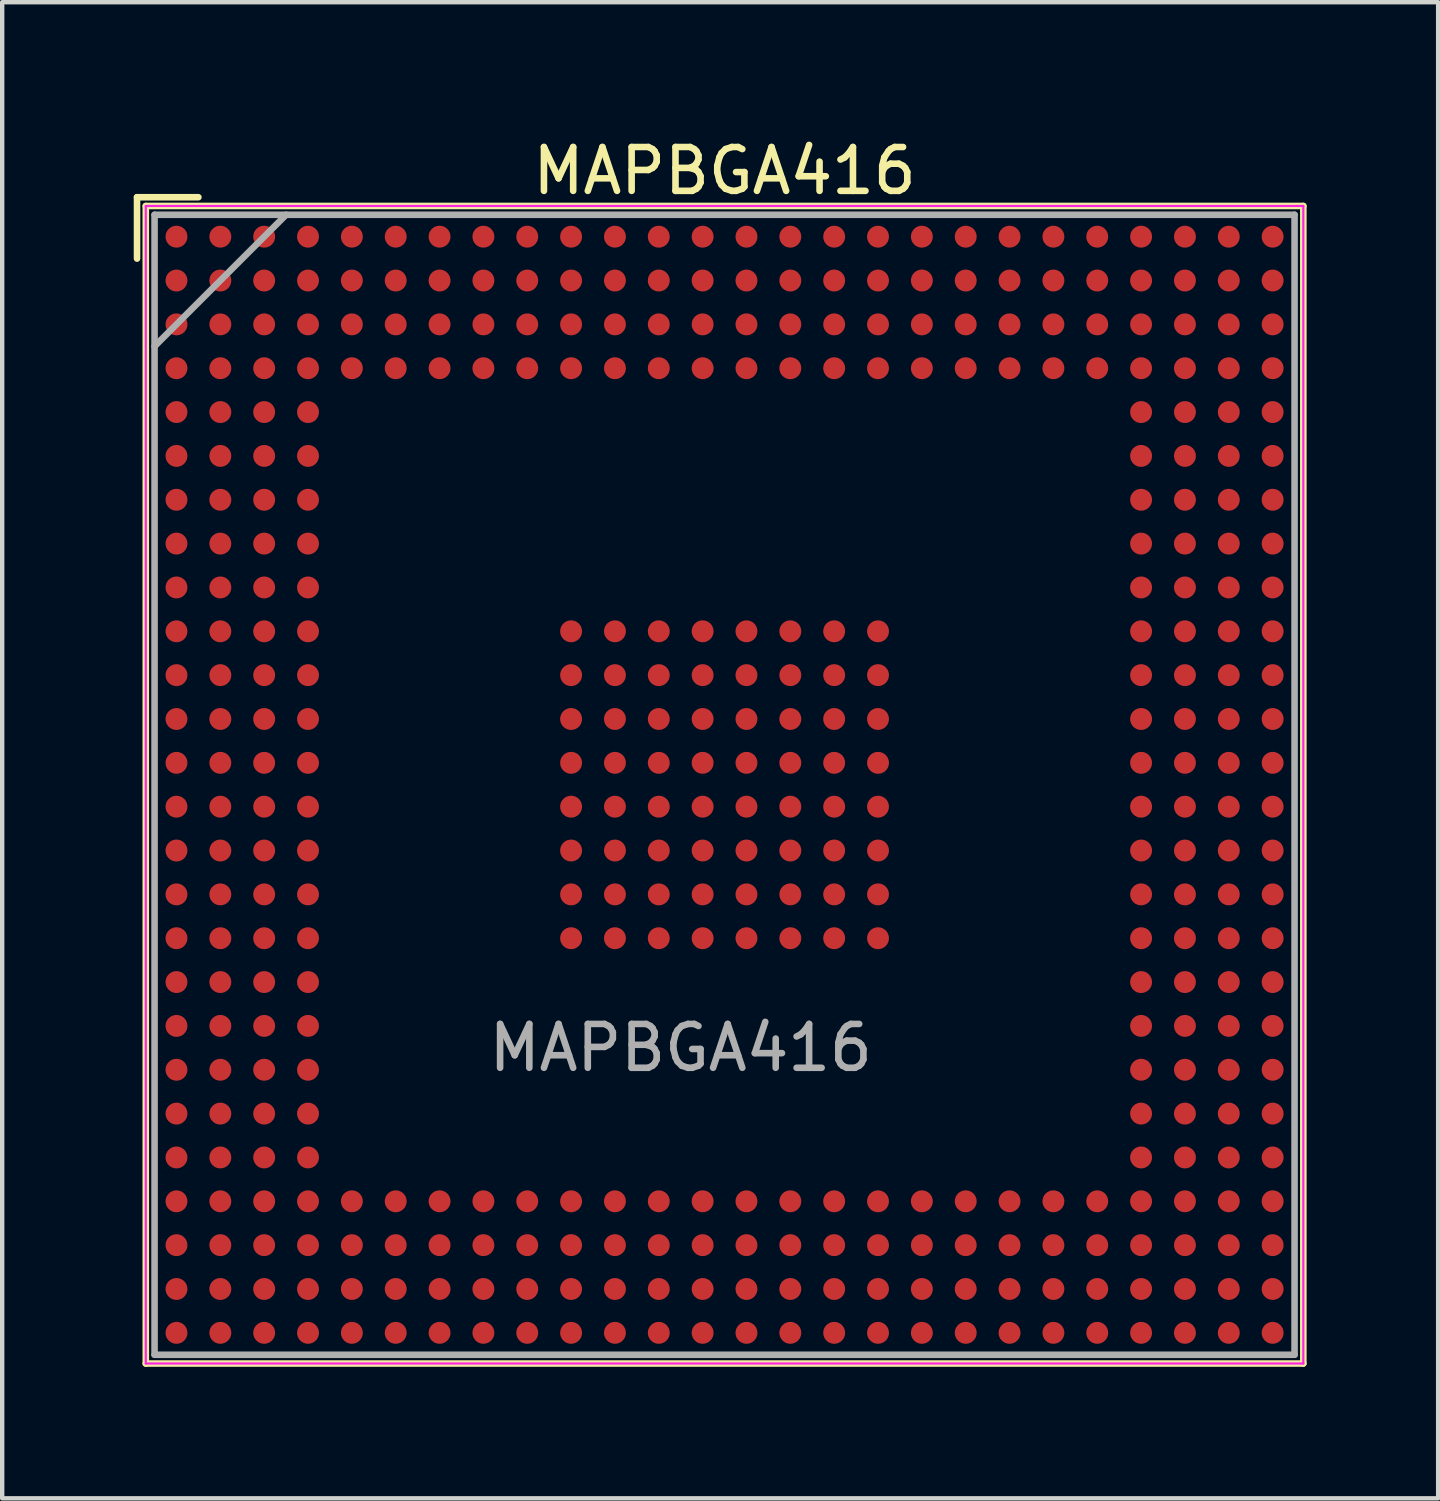
<source format=kicad_pcb>
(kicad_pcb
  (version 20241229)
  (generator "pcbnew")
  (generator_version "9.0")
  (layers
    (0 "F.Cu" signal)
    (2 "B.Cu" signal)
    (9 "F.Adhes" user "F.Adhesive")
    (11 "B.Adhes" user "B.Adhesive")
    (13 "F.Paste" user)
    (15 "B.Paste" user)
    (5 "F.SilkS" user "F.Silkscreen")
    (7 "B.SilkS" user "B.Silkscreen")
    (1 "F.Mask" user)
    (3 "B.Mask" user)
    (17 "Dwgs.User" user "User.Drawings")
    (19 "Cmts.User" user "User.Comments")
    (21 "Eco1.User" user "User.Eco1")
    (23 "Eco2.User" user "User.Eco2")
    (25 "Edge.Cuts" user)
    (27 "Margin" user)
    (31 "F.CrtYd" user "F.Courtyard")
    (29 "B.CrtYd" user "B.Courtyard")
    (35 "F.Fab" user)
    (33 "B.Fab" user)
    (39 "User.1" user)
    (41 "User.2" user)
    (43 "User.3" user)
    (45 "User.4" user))
  (footprint "MAPBGA416"
    (layer "F.Cu")
    (at 13.475 14.848)
    (property "Reference" "MAPBGA416" (at 0 -14 0) (layer "F.SilkS") (effects (font (size 1 1) (thickness 0.15))))
    (attr smd)
    (fp_line (start -13.4 -13.4) (end -13.4 -12) (stroke (width 0.15) (type solid)) (layer "F.SilkS"))
    (fp_line (start -13.2 -13.2) (end 13.2 -13.2) (stroke (width 0.15) (type solid)) (layer "F.SilkS"))
    (fp_line (start -13.2 13.2) (end -13.2 -13.2) (stroke (width 0.15) (type solid)) (layer "F.SilkS"))
    (fp_line (start -12 -13.4) (end -13.4 -13.4) (stroke (width 0.15) (type solid)) (layer "F.SilkS"))
    (fp_line (start 13.2 -13.2) (end 13.2 13.2) (stroke (width 0.15) (type solid)) (layer "F.SilkS"))
    (fp_line (start 13.2 13.2) (end -13.2 13.2) (stroke (width 0.15) (type solid)) (layer "F.SilkS"))
    (fp_line (start -13.2 -13.2) (end 13.2 -13.2) (stroke (width 0.05) (type solid)) (layer "F.CrtYd"))
    (fp_line (start -13.2 13.2) (end -13.2 -13.2) (stroke (width 0.05) (type solid)) (layer "F.CrtYd"))
    (fp_line (start 13.2 -13.2) (end 13.2 13.2) (stroke (width 0.05) (type solid)) (layer "F.CrtYd"))
    (fp_line (start 13.2 13.2) (end -13.2 13.2) (stroke (width 0.05) (type solid)) (layer "F.CrtYd"))
    (fp_line (start -13 -13) (end 13 -13) (stroke (width 0.15) (type solid)) (layer "F.Fab"))
    (fp_line (start -13 13) (end -13 -13) (stroke (width 0.15) (type solid)) (layer "F.Fab"))
    (fp_line (start -10 -13) (end -13 -10) (stroke (width 0.15) (type solid)) (layer "F.Fab"))
    (fp_line (start 13 -13) (end 13 13) (stroke (width 0.15) (type solid)) (layer "F.Fab"))
    (fp_line (start 13 13) (end -13 13) (stroke (width 0.15) (type solid)) (layer "F.Fab"))
    (fp_text user "${REFERENCE}" (at -1 6 0) (layer "F.Fab") (effects (font (size 1 1) (thickness 0.15))))
    (pad "A1" smd circle (at -12.5 -12.5) (size 0.5 0.5) (layers "F.Cu" "F.Mask" "F.Paste"))
    (pad "A2" smd circle (at -11.5 -12.5) (size 0.5 0.5) (layers "F.Cu" "F.Mask" "F.Paste"))
    (pad "A3" smd circle (at -10.5 -12.5) (size 0.5 0.5) (layers "F.Cu" "F.Mask" "F.Paste"))
    (pad "A4" smd circle (at -9.5 -12.5) (size 0.5 0.5) (layers "F.Cu" "F.Mask" "F.Paste"))
    (pad "A5" smd circle (at -8.5 -12.5) (size 0.5 0.5) (layers "F.Cu" "F.Mask" "F.Paste"))
    (pad "A6" smd circle (at -7.5 -12.5) (size 0.5 0.5) (layers "F.Cu" "F.Mask" "F.Paste"))
    (pad "A7" smd circle (at -6.5 -12.5) (size 0.5 0.5) (layers "F.Cu" "F.Mask" "F.Paste"))
    (pad "A8" smd circle (at -5.5 -12.5) (size 0.5 0.5) (layers "F.Cu" "F.Mask" "F.Paste"))
    (pad "A9" smd circle (at -4.5 -12.5) (size 0.5 0.5) (layers "F.Cu" "F.Mask" "F.Paste"))
    (pad "A10" smd circle (at -3.5 -12.5) (size 0.5 0.5) (layers "F.Cu" "F.Mask" "F.Paste"))
    (pad "A11" smd circle (at -2.5 -12.5) (size 0.5 0.5) (layers "F.Cu" "F.Mask" "F.Paste"))
    (pad "A12" smd circle (at -1.5 -12.5) (size 0.5 0.5) (layers "F.Cu" "F.Mask" "F.Paste"))
    (pad "A13" smd circle (at -0.5 -12.5) (size 0.5 0.5) (layers "F.Cu" "F.Mask" "F.Paste"))
    (pad "A14" smd circle (at 0.5 -12.5) (size 0.5 0.5) (layers "F.Cu" "F.Mask" "F.Paste"))
    (pad "A15" smd circle (at 1.5 -12.5) (size 0.5 0.5) (layers "F.Cu" "F.Mask" "F.Paste"))
    (pad "A16" smd circle (at 2.5 -12.5) (size 0.5 0.5) (layers "F.Cu" "F.Mask" "F.Paste"))
    (pad "A17" smd circle (at 3.5 -12.5) (size 0.5 0.5) (layers "F.Cu" "F.Mask" "F.Paste"))
    (pad "A18" smd circle (at 4.5 -12.5) (size 0.5 0.5) (layers "F.Cu" "F.Mask" "F.Paste"))
    (pad "A19" smd circle (at 5.5 -12.5) (size 0.5 0.5) (layers "F.Cu" "F.Mask" "F.Paste"))
    (pad "A20" smd circle (at 6.5 -12.5) (size 0.5 0.5) (layers "F.Cu" "F.Mask" "F.Paste"))
    (pad "A21" smd circle (at 7.5 -12.5) (size 0.5 0.5) (layers "F.Cu" "F.Mask" "F.Paste"))
    (pad "A22" smd circle (at 8.5 -12.5) (size 0.5 0.5) (layers "F.Cu" "F.Mask" "F.Paste"))
    (pad "A23" smd circle (at 9.5 -12.5) (size 0.5 0.5) (layers "F.Cu" "F.Mask" "F.Paste"))
    (pad "A24" smd circle (at 10.5 -12.5) (size 0.5 0.5) (layers "F.Cu" "F.Mask" "F.Paste"))
    (pad "A25" smd circle (at 11.5 -12.5) (size 0.5 0.5) (layers "F.Cu" "F.Mask" "F.Paste"))
    (pad "A26" smd circle (at 12.5 -12.5) (size 0.5 0.5) (layers "F.Cu" "F.Mask" "F.Paste"))
    (pad "AA1" smd circle (at -12.5 7.5) (size 0.5 0.5) (layers "F.Cu" "F.Mask" "F.Paste"))
    (pad "AA2" smd circle (at -11.5 7.5) (size 0.5 0.5) (layers "F.Cu" "F.Mask" "F.Paste"))
    (pad "AA3" smd circle (at -10.5 7.5) (size 0.5 0.5) (layers "F.Cu" "F.Mask" "F.Paste"))
    (pad "AA4" smd circle (at -9.5 7.5) (size 0.5 0.5) (layers "F.Cu" "F.Mask" "F.Paste"))
    (pad "AA23" smd circle (at 9.5 7.5) (size 0.5 0.5) (layers "F.Cu" "F.Mask" "F.Paste"))
    (pad "AA24" smd circle (at 10.5 7.5) (size 0.5 0.5) (layers "F.Cu" "F.Mask" "F.Paste"))
    (pad "AA25" smd circle (at 11.5 7.5) (size 0.5 0.5) (layers "F.Cu" "F.Mask" "F.Paste"))
    (pad "AA26" smd circle (at 12.5 7.5) (size 0.5 0.5) (layers "F.Cu" "F.Mask" "F.Paste"))
    (pad "AB1" smd circle (at -12.5 8.5) (size 0.5 0.5) (layers "F.Cu" "F.Mask" "F.Paste"))
    (pad "AB2" smd circle (at -11.5 8.5) (size 0.5 0.5) (layers "F.Cu" "F.Mask" "F.Paste"))
    (pad "AB3" smd circle (at -10.5 8.5) (size 0.5 0.5) (layers "F.Cu" "F.Mask" "F.Paste"))
    (pad "AB4" smd circle (at -9.5 8.5) (size 0.5 0.5) (layers "F.Cu" "F.Mask" "F.Paste"))
    (pad "AB23" smd circle (at 9.5 8.5) (size 0.5 0.5) (layers "F.Cu" "F.Mask" "F.Paste"))
    (pad "AB24" smd circle (at 10.5 8.5) (size 0.5 0.5) (layers "F.Cu" "F.Mask" "F.Paste"))
    (pad "AB25" smd circle (at 11.5 8.5) (size 0.5 0.5) (layers "F.Cu" "F.Mask" "F.Paste"))
    (pad "AB26" smd circle (at 12.5 8.5) (size 0.5 0.5) (layers "F.Cu" "F.Mask" "F.Paste"))
    (pad "AC1" smd circle (at -12.5 9.5) (size 0.5 0.5) (layers "F.Cu" "F.Mask" "F.Paste"))
    (pad "AC2" smd circle (at -11.5 9.5) (size 0.5 0.5) (layers "F.Cu" "F.Mask" "F.Paste"))
    (pad "AC3" smd circle (at -10.5 9.5) (size 0.5 0.5) (layers "F.Cu" "F.Mask" "F.Paste"))
    (pad "AC4" smd circle (at -9.5 9.5) (size 0.5 0.5) (layers "F.Cu" "F.Mask" "F.Paste"))
    (pad "AC5" smd circle (at -8.5 9.5) (size 0.5 0.5) (layers "F.Cu" "F.Mask" "F.Paste"))
    (pad "AC6" smd circle (at -7.5 9.5) (size 0.5 0.5) (layers "F.Cu" "F.Mask" "F.Paste"))
    (pad "AC7" smd circle (at -6.5 9.5) (size 0.5 0.5) (layers "F.Cu" "F.Mask" "F.Paste"))
    (pad "AC8" smd circle (at -5.5 9.5) (size 0.5 0.5) (layers "F.Cu" "F.Mask" "F.Paste"))
    (pad "AC9" smd circle (at -4.5 9.5) (size 0.5 0.5) (layers "F.Cu" "F.Mask" "F.Paste"))
    (pad "AC10" smd circle (at -3.5 9.5) (size 0.5 0.5) (layers "F.Cu" "F.Mask" "F.Paste"))
    (pad "AC11" smd circle (at -2.5 9.5) (size 0.5 0.5) (layers "F.Cu" "F.Mask" "F.Paste"))
    (pad "AC12" smd circle (at -1.5 9.5) (size 0.5 0.5) (layers "F.Cu" "F.Mask" "F.Paste"))
    (pad "AC13" smd circle (at -0.5 9.5) (size 0.5 0.5) (layers "F.Cu" "F.Mask" "F.Paste"))
    (pad "AC14" smd circle (at 0.5 9.5) (size 0.5 0.5) (layers "F.Cu" "F.Mask" "F.Paste"))
    (pad "AC15" smd circle (at 1.5 9.5) (size 0.5 0.5) (layers "F.Cu" "F.Mask" "F.Paste"))
    (pad "AC16" smd circle (at 2.5 9.5) (size 0.5 0.5) (layers "F.Cu" "F.Mask" "F.Paste"))
    (pad "AC17" smd circle (at 3.5 9.5) (size 0.5 0.5) (layers "F.Cu" "F.Mask" "F.Paste"))
    (pad "AC18" smd circle (at 4.5 9.5) (size 0.5 0.5) (layers "F.Cu" "F.Mask" "F.Paste"))
    (pad "AC19" smd circle (at 5.5 9.5) (size 0.5 0.5) (layers "F.Cu" "F.Mask" "F.Paste"))
    (pad "AC20" smd circle (at 6.5 9.5) (size 0.5 0.5) (layers "F.Cu" "F.Mask" "F.Paste"))
    (pad "AC21" smd circle (at 7.5 9.5) (size 0.5 0.5) (layers "F.Cu" "F.Mask" "F.Paste"))
    (pad "AC22" smd circle (at 8.5 9.5) (size 0.5 0.5) (layers "F.Cu" "F.Mask" "F.Paste"))
    (pad "AC23" smd circle (at 9.5 9.5) (size 0.5 0.5) (layers "F.Cu" "F.Mask" "F.Paste"))
    (pad "AC24" smd circle (at 10.5 9.5) (size 0.5 0.5) (layers "F.Cu" "F.Mask" "F.Paste"))
    (pad "AC25" smd circle (at 11.5 9.5) (size 0.5 0.5) (layers "F.Cu" "F.Mask" "F.Paste"))
    (pad "AC26" smd circle (at 12.5 9.5) (size 0.5 0.5) (layers "F.Cu" "F.Mask" "F.Paste"))
    (pad "AD1" smd circle (at -12.5 10.5) (size 0.5 0.5) (layers "F.Cu" "F.Mask" "F.Paste"))
    (pad "AD2" smd circle (at -11.5 10.5) (size 0.5 0.5) (layers "F.Cu" "F.Mask" "F.Paste"))
    (pad "AD3" smd circle (at -10.5 10.5) (size 0.5 0.5) (layers "F.Cu" "F.Mask" "F.Paste"))
    (pad "AD4" smd circle (at -9.5 10.5) (size 0.5 0.5) (layers "F.Cu" "F.Mask" "F.Paste"))
    (pad "AD5" smd circle (at -8.5 10.5) (size 0.5 0.5) (layers "F.Cu" "F.Mask" "F.Paste"))
    (pad "AD6" smd circle (at -7.5 10.5) (size 0.5 0.5) (layers "F.Cu" "F.Mask" "F.Paste"))
    (pad "AD7" smd circle (at -6.5 10.5) (size 0.5 0.5) (layers "F.Cu" "F.Mask" "F.Paste"))
    (pad "AD8" smd circle (at -5.5 10.5) (size 0.5 0.5) (layers "F.Cu" "F.Mask" "F.Paste"))
    (pad "AD9" smd circle (at -4.5 10.5) (size 0.5 0.5) (layers "F.Cu" "F.Mask" "F.Paste"))
    (pad "AD10" smd circle (at -3.5 10.5) (size 0.5 0.5) (layers "F.Cu" "F.Mask" "F.Paste"))
    (pad "AD11" smd circle (at -2.5 10.5) (size 0.5 0.5) (layers "F.Cu" "F.Mask" "F.Paste"))
    (pad "AD12" smd circle (at -1.5 10.5) (size 0.5 0.5) (layers "F.Cu" "F.Mask" "F.Paste"))
    (pad "AD13" smd circle (at -0.5 10.5) (size 0.5 0.5) (layers "F.Cu" "F.Mask" "F.Paste"))
    (pad "AD14" smd circle (at 0.5 10.5) (size 0.5 0.5) (layers "F.Cu" "F.Mask" "F.Paste"))
    (pad "AD15" smd circle (at 1.5 10.5) (size 0.5 0.5) (layers "F.Cu" "F.Mask" "F.Paste"))
    (pad "AD16" smd circle (at 2.5 10.5) (size 0.5 0.5) (layers "F.Cu" "F.Mask" "F.Paste"))
    (pad "AD17" smd circle (at 3.5 10.5) (size 0.5 0.5) (layers "F.Cu" "F.Mask" "F.Paste"))
    (pad "AD18" smd circle (at 4.5 10.5) (size 0.5 0.5) (layers "F.Cu" "F.Mask" "F.Paste"))
    (pad "AD19" smd circle (at 5.5 10.5) (size 0.5 0.5) (layers "F.Cu" "F.Mask" "F.Paste"))
    (pad "AD20" smd circle (at 6.5 10.5) (size 0.5 0.5) (layers "F.Cu" "F.Mask" "F.Paste"))
    (pad "AD21" smd circle (at 7.5 10.5) (size 0.5 0.5) (layers "F.Cu" "F.Mask" "F.Paste"))
    (pad "AD22" smd circle (at 8.5 10.5) (size 0.5 0.5) (layers "F.Cu" "F.Mask" "F.Paste"))
    (pad "AD23" smd circle (at 9.5 10.5) (size 0.5 0.5) (layers "F.Cu" "F.Mask" "F.Paste"))
    (pad "AD24" smd circle (at 10.5 10.5) (size 0.5 0.5) (layers "F.Cu" "F.Mask" "F.Paste"))
    (pad "AD25" smd circle (at 11.5 10.5) (size 0.5 0.5) (layers "F.Cu" "F.Mask" "F.Paste"))
    (pad "AD26" smd circle (at 12.5 10.5) (size 0.5 0.5) (layers "F.Cu" "F.Mask" "F.Paste"))
    (pad "AE1" smd circle (at -12.5 11.5) (size 0.5 0.5) (layers "F.Cu" "F.Mask" "F.Paste"))
    (pad "AE2" smd circle (at -11.5 11.5) (size 0.5 0.5) (layers "F.Cu" "F.Mask" "F.Paste"))
    (pad "AE3" smd circle (at -10.5 11.5) (size 0.5 0.5) (layers "F.Cu" "F.Mask" "F.Paste"))
    (pad "AE4" smd circle (at -9.5 11.5) (size 0.5 0.5) (layers "F.Cu" "F.Mask" "F.Paste"))
    (pad "AE5" smd circle (at -8.5 11.5) (size 0.5 0.5) (layers "F.Cu" "F.Mask" "F.Paste"))
    (pad "AE6" smd circle (at -7.5 11.5) (size 0.5 0.5) (layers "F.Cu" "F.Mask" "F.Paste"))
    (pad "AE7" smd circle (at -6.5 11.5) (size 0.5 0.5) (layers "F.Cu" "F.Mask" "F.Paste"))
    (pad "AE8" smd circle (at -5.5 11.5) (size 0.5 0.5) (layers "F.Cu" "F.Mask" "F.Paste"))
    (pad "AE9" smd circle (at -4.5 11.5) (size 0.5 0.5) (layers "F.Cu" "F.Mask" "F.Paste"))
    (pad "AE10" smd circle (at -3.5 11.5) (size 0.5 0.5) (layers "F.Cu" "F.Mask" "F.Paste"))
    (pad "AE11" smd circle (at -2.5 11.5) (size 0.5 0.5) (layers "F.Cu" "F.Mask" "F.Paste"))
    (pad "AE12" smd circle (at -1.5 11.5) (size 0.5 0.5) (layers "F.Cu" "F.Mask" "F.Paste"))
    (pad "AE13" smd circle (at -0.5 11.5) (size 0.5 0.5) (layers "F.Cu" "F.Mask" "F.Paste"))
    (pad "AE14" smd circle (at 0.5 11.5) (size 0.5 0.5) (layers "F.Cu" "F.Mask" "F.Paste"))
    (pad "AE15" smd circle (at 1.5 11.5) (size 0.5 0.5) (layers "F.Cu" "F.Mask" "F.Paste"))
    (pad "AE16" smd circle (at 2.5 11.5) (size 0.5 0.5) (layers "F.Cu" "F.Mask" "F.Paste"))
    (pad "AE17" smd circle (at 3.5 11.5) (size 0.5 0.5) (layers "F.Cu" "F.Mask" "F.Paste"))
    (pad "AE18" smd circle (at 4.5 11.5) (size 0.5 0.5) (layers "F.Cu" "F.Mask" "F.Paste"))
    (pad "AE19" smd circle (at 5.5 11.5) (size 0.5 0.5) (layers "F.Cu" "F.Mask" "F.Paste"))
    (pad "AE20" smd circle (at 6.5 11.5) (size 0.5 0.5) (layers "F.Cu" "F.Mask" "F.Paste"))
    (pad "AE21" smd circle (at 7.5 11.5) (size 0.5 0.5) (layers "F.Cu" "F.Mask" "F.Paste"))
    (pad "AE22" smd circle (at 8.5 11.5) (size 0.5 0.5) (layers "F.Cu" "F.Mask" "F.Paste"))
    (pad "AE23" smd circle (at 9.5 11.5) (size 0.5 0.5) (layers "F.Cu" "F.Mask" "F.Paste"))
    (pad "AE24" smd circle (at 10.5 11.5) (size 0.5 0.5) (layers "F.Cu" "F.Mask" "F.Paste"))
    (pad "AE25" smd circle (at 11.5 11.5) (size 0.5 0.5) (layers "F.Cu" "F.Mask" "F.Paste"))
    (pad "AE26" smd circle (at 12.5 11.5) (size 0.5 0.5) (layers "F.Cu" "F.Mask" "F.Paste"))
    (pad "AF1" smd circle (at -12.5 12.5) (size 0.5 0.5) (layers "F.Cu" "F.Mask" "F.Paste"))
    (pad "AF2" smd circle (at -11.5 12.5) (size 0.5 0.5) (layers "F.Cu" "F.Mask" "F.Paste"))
    (pad "AF3" smd circle (at -10.5 12.5) (size 0.5 0.5) (layers "F.Cu" "F.Mask" "F.Paste"))
    (pad "AF4" smd circle (at -9.5 12.5) (size 0.5 0.5) (layers "F.Cu" "F.Mask" "F.Paste"))
    (pad "AF5" smd circle (at -8.5 12.5) (size 0.5 0.5) (layers "F.Cu" "F.Mask" "F.Paste"))
    (pad "AF6" smd circle (at -7.5 12.5) (size 0.5 0.5) (layers "F.Cu" "F.Mask" "F.Paste"))
    (pad "AF7" smd circle (at -6.5 12.5) (size 0.5 0.5) (layers "F.Cu" "F.Mask" "F.Paste"))
    (pad "AF8" smd circle (at -5.5 12.5) (size 0.5 0.5) (layers "F.Cu" "F.Mask" "F.Paste"))
    (pad "AF9" smd circle (at -4.5 12.5) (size 0.5 0.5) (layers "F.Cu" "F.Mask" "F.Paste"))
    (pad "AF10" smd circle (at -3.5 12.5) (size 0.5 0.5) (layers "F.Cu" "F.Mask" "F.Paste"))
    (pad "AF11" smd circle (at -2.5 12.5) (size 0.5 0.5) (layers "F.Cu" "F.Mask" "F.Paste"))
    (pad "AF12" smd circle (at -1.5 12.5) (size 0.5 0.5) (layers "F.Cu" "F.Mask" "F.Paste"))
    (pad "AF13" smd circle (at -0.5 12.5) (size 0.5 0.5) (layers "F.Cu" "F.Mask" "F.Paste"))
    (pad "AF14" smd circle (at 0.5 12.5) (size 0.5 0.5) (layers "F.Cu" "F.Mask" "F.Paste"))
    (pad "AF15" smd circle (at 1.5 12.5) (size 0.5 0.5) (layers "F.Cu" "F.Mask" "F.Paste"))
    (pad "AF16" smd circle (at 2.5 12.5) (size 0.5 0.5) (layers "F.Cu" "F.Mask" "F.Paste"))
    (pad "AF17" smd circle (at 3.5 12.5) (size 0.5 0.5) (layers "F.Cu" "F.Mask" "F.Paste"))
    (pad "AF18" smd circle (at 4.5 12.5) (size 0.5 0.5) (layers "F.Cu" "F.Mask" "F.Paste"))
    (pad "AF19" smd circle (at 5.5 12.5) (size 0.5 0.5) (layers "F.Cu" "F.Mask" "F.Paste"))
    (pad "AF20" smd circle (at 6.5 12.5) (size 0.5 0.5) (layers "F.Cu" "F.Mask" "F.Paste"))
    (pad "AF21" smd circle (at 7.5 12.5) (size 0.5 0.5) (layers "F.Cu" "F.Mask" "F.Paste"))
    (pad "AF22" smd circle (at 8.5 12.5) (size 0.5 0.5) (layers "F.Cu" "F.Mask" "F.Paste"))
    (pad "AF23" smd circle (at 9.5 12.5) (size 0.5 0.5) (layers "F.Cu" "F.Mask" "F.Paste"))
    (pad "AF24" smd circle (at 10.5 12.5) (size 0.5 0.5) (layers "F.Cu" "F.Mask" "F.Paste"))
    (pad "AF25" smd circle (at 11.5 12.5) (size 0.5 0.5) (layers "F.Cu" "F.Mask" "F.Paste"))
    (pad "AF26" smd circle (at 12.5 12.5) (size 0.5 0.5) (layers "F.Cu" "F.Mask" "F.Paste"))
    (pad "B1" smd circle (at -12.5 -11.5) (size 0.5 0.5) (layers "F.Cu" "F.Mask" "F.Paste"))
    (pad "B2" smd circle (at -11.5 -11.5) (size 0.5 0.5) (layers "F.Cu" "F.Mask" "F.Paste"))
    (pad "B3" smd circle (at -10.5 -11.5) (size 0.5 0.5) (layers "F.Cu" "F.Mask" "F.Paste"))
    (pad "B4" smd circle (at -9.5 -11.5) (size 0.5 0.5) (layers "F.Cu" "F.Mask" "F.Paste"))
    (pad "B5" smd circle (at -8.5 -11.5) (size 0.5 0.5) (layers "F.Cu" "F.Mask" "F.Paste"))
    (pad "B6" smd circle (at -7.5 -11.5) (size 0.5 0.5) (layers "F.Cu" "F.Mask" "F.Paste"))
    (pad "B7" smd circle (at -6.5 -11.5) (size 0.5 0.5) (layers "F.Cu" "F.Mask" "F.Paste"))
    (pad "B8" smd circle (at -5.5 -11.5) (size 0.5 0.5) (layers "F.Cu" "F.Mask" "F.Paste"))
    (pad "B9" smd circle (at -4.5 -11.5) (size 0.5 0.5) (layers "F.Cu" "F.Mask" "F.Paste"))
    (pad "B10" smd circle (at -3.5 -11.5) (size 0.5 0.5) (layers "F.Cu" "F.Mask" "F.Paste"))
    (pad "B11" smd circle (at -2.5 -11.5) (size 0.5 0.5) (layers "F.Cu" "F.Mask" "F.Paste"))
    (pad "B12" smd circle (at -1.5 -11.5) (size 0.5 0.5) (layers "F.Cu" "F.Mask" "F.Paste"))
    (pad "B13" smd circle (at -0.5 -11.5) (size 0.5 0.5) (layers "F.Cu" "F.Mask" "F.Paste"))
    (pad "B14" smd circle (at 0.5 -11.5) (size 0.5 0.5) (layers "F.Cu" "F.Mask" "F.Paste"))
    (pad "B15" smd circle (at 1.5 -11.5) (size 0.5 0.5) (layers "F.Cu" "F.Mask" "F.Paste"))
    (pad "B16" smd circle (at 2.5 -11.5) (size 0.5 0.5) (layers "F.Cu" "F.Mask" "F.Paste"))
    (pad "B17" smd circle (at 3.5 -11.5) (size 0.5 0.5) (layers "F.Cu" "F.Mask" "F.Paste"))
    (pad "B18" smd circle (at 4.5 -11.5) (size 0.5 0.5) (layers "F.Cu" "F.Mask" "F.Paste"))
    (pad "B19" smd circle (at 5.5 -11.5) (size 0.5 0.5) (layers "F.Cu" "F.Mask" "F.Paste"))
    (pad "B20" smd circle (at 6.5 -11.5) (size 0.5 0.5) (layers "F.Cu" "F.Mask" "F.Paste"))
    (pad "B21" smd circle (at 7.5 -11.5) (size 0.5 0.5) (layers "F.Cu" "F.Mask" "F.Paste"))
    (pad "B22" smd circle (at 8.5 -11.5) (size 0.5 0.5) (layers "F.Cu" "F.Mask" "F.Paste"))
    (pad "B23" smd circle (at 9.5 -11.5) (size 0.5 0.5) (layers "F.Cu" "F.Mask" "F.Paste"))
    (pad "B24" smd circle (at 10.5 -11.5) (size 0.5 0.5) (layers "F.Cu" "F.Mask" "F.Paste"))
    (pad "B25" smd circle (at 11.5 -11.5) (size 0.5 0.5) (layers "F.Cu" "F.Mask" "F.Paste"))
    (pad "B26" smd circle (at 12.5 -11.5) (size 0.5 0.5) (layers "F.Cu" "F.Mask" "F.Paste"))
    (pad "C1" smd circle (at -12.5 -10.5) (size 0.5 0.5) (layers "F.Cu" "F.Mask" "F.Paste"))
    (pad "C2" smd circle (at -11.5 -10.5) (size 0.5 0.5) (layers "F.Cu" "F.Mask" "F.Paste"))
    (pad "C3" smd circle (at -10.5 -10.5) (size 0.5 0.5) (layers "F.Cu" "F.Mask" "F.Paste"))
    (pad "C4" smd circle (at -9.5 -10.5) (size 0.5 0.5) (layers "F.Cu" "F.Mask" "F.Paste"))
    (pad "C5" smd circle (at -8.5 -10.5) (size 0.5 0.5) (layers "F.Cu" "F.Mask" "F.Paste"))
    (pad "C6" smd circle (at -7.5 -10.5) (size 0.5 0.5) (layers "F.Cu" "F.Mask" "F.Paste"))
    (pad "C7" smd circle (at -6.5 -10.5) (size 0.5 0.5) (layers "F.Cu" "F.Mask" "F.Paste"))
    (pad "C8" smd circle (at -5.5 -10.5) (size 0.5 0.5) (layers "F.Cu" "F.Mask" "F.Paste"))
    (pad "C9" smd circle (at -4.5 -10.5) (size 0.5 0.5) (layers "F.Cu" "F.Mask" "F.Paste"))
    (pad "C10" smd circle (at -3.5 -10.5) (size 0.5 0.5) (layers "F.Cu" "F.Mask" "F.Paste"))
    (pad "C11" smd circle (at -2.5 -10.5) (size 0.5 0.5) (layers "F.Cu" "F.Mask" "F.Paste"))
    (pad "C12" smd circle (at -1.5 -10.5) (size 0.5 0.5) (layers "F.Cu" "F.Mask" "F.Paste"))
    (pad "C13" smd circle (at -0.5 -10.5) (size 0.5 0.5) (layers "F.Cu" "F.Mask" "F.Paste"))
    (pad "C14" smd circle (at 0.5 -10.5) (size 0.5 0.5) (layers "F.Cu" "F.Mask" "F.Paste"))
    (pad "C15" smd circle (at 1.5 -10.5) (size 0.5 0.5) (layers "F.Cu" "F.Mask" "F.Paste"))
    (pad "C16" smd circle (at 2.5 -10.5) (size 0.5 0.5) (layers "F.Cu" "F.Mask" "F.Paste"))
    (pad "C17" smd circle (at 3.5 -10.5) (size 0.5 0.5) (layers "F.Cu" "F.Mask" "F.Paste"))
    (pad "C18" smd circle (at 4.5 -10.5) (size 0.5 0.5) (layers "F.Cu" "F.Mask" "F.Paste"))
    (pad "C19" smd circle (at 5.5 -10.5) (size 0.5 0.5) (layers "F.Cu" "F.Mask" "F.Paste"))
    (pad "C20" smd circle (at 6.5 -10.5) (size 0.5 0.5) (layers "F.Cu" "F.Mask" "F.Paste"))
    (pad "C21" smd circle (at 7.5 -10.5) (size 0.5 0.5) (layers "F.Cu" "F.Mask" "F.Paste"))
    (pad "C22" smd circle (at 8.5 -10.5) (size 0.5 0.5) (layers "F.Cu" "F.Mask" "F.Paste"))
    (pad "C23" smd circle (at 9.5 -10.5) (size 0.5 0.5) (layers "F.Cu" "F.Mask" "F.Paste"))
    (pad "C24" smd circle (at 10.5 -10.5) (size 0.5 0.5) (layers "F.Cu" "F.Mask" "F.Paste"))
    (pad "C25" smd circle (at 11.5 -10.5) (size 0.5 0.5) (layers "F.Cu" "F.Mask" "F.Paste"))
    (pad "C26" smd circle (at 12.5 -10.5) (size 0.5 0.5) (layers "F.Cu" "F.Mask" "F.Paste"))
    (pad "D1" smd circle (at -12.5 -9.5) (size 0.5 0.5) (layers "F.Cu" "F.Mask" "F.Paste"))
    (pad "D2" smd circle (at -11.5 -9.5) (size 0.5 0.5) (layers "F.Cu" "F.Mask" "F.Paste"))
    (pad "D3" smd circle (at -10.5 -9.5) (size 0.5 0.5) (layers "F.Cu" "F.Mask" "F.Paste"))
    (pad "D4" smd circle (at -9.5 -9.5) (size 0.5 0.5) (layers "F.Cu" "F.Mask" "F.Paste"))
    (pad "D5" smd circle (at -8.5 -9.5) (size 0.5 0.5) (layers "F.Cu" "F.Mask" "F.Paste"))
    (pad "D6" smd circle (at -7.5 -9.5) (size 0.5 0.5) (layers "F.Cu" "F.Mask" "F.Paste"))
    (pad "D7" smd circle (at -6.5 -9.5) (size 0.5 0.5) (layers "F.Cu" "F.Mask" "F.Paste"))
    (pad "D8" smd circle (at -5.5 -9.5) (size 0.5 0.5) (layers "F.Cu" "F.Mask" "F.Paste"))
    (pad "D9" smd circle (at -4.5 -9.5) (size 0.5 0.5) (layers "F.Cu" "F.Mask" "F.Paste"))
    (pad "D10" smd circle (at -3.5 -9.5) (size 0.5 0.5) (layers "F.Cu" "F.Mask" "F.Paste"))
    (pad "D11" smd circle (at -2.5 -9.5) (size 0.5 0.5) (layers "F.Cu" "F.Mask" "F.Paste"))
    (pad "D12" smd circle (at -1.5 -9.5) (size 0.5 0.5) (layers "F.Cu" "F.Mask" "F.Paste"))
    (pad "D13" smd circle (at -0.5 -9.5) (size 0.5 0.5) (layers "F.Cu" "F.Mask" "F.Paste"))
    (pad "D14" smd circle (at 0.5 -9.5) (size 0.5 0.5) (layers "F.Cu" "F.Mask" "F.Paste"))
    (pad "D15" smd circle (at 1.5 -9.5) (size 0.5 0.5) (layers "F.Cu" "F.Mask" "F.Paste"))
    (pad "D16" smd circle (at 2.5 -9.5) (size 0.5 0.5) (layers "F.Cu" "F.Mask" "F.Paste"))
    (pad "D17" smd circle (at 3.5 -9.5) (size 0.5 0.5) (layers "F.Cu" "F.Mask" "F.Paste"))
    (pad "D18" smd circle (at 4.5 -9.5) (size 0.5 0.5) (layers "F.Cu" "F.Mask" "F.Paste"))
    (pad "D19" smd circle (at 5.5 -9.5) (size 0.5 0.5) (layers "F.Cu" "F.Mask" "F.Paste"))
    (pad "D20" smd circle (at 6.5 -9.5) (size 0.5 0.5) (layers "F.Cu" "F.Mask" "F.Paste"))
    (pad "D21" smd circle (at 7.5 -9.5) (size 0.5 0.5) (layers "F.Cu" "F.Mask" "F.Paste"))
    (pad "D22" smd circle (at 8.5 -9.5) (size 0.5 0.5) (layers "F.Cu" "F.Mask" "F.Paste"))
    (pad "D23" smd circle (at 9.5 -9.5) (size 0.5 0.5) (layers "F.Cu" "F.Mask" "F.Paste"))
    (pad "D24" smd circle (at 10.5 -9.5) (size 0.5 0.5) (layers "F.Cu" "F.Mask" "F.Paste"))
    (pad "D25" smd circle (at 11.5 -9.5) (size 0.5 0.5) (layers "F.Cu" "F.Mask" "F.Paste"))
    (pad "D26" smd circle (at 12.5 -9.5) (size 0.5 0.5) (layers "F.Cu" "F.Mask" "F.Paste"))
    (pad "E1" smd circle (at -12.5 -8.5) (size 0.5 0.5) (layers "F.Cu" "F.Mask" "F.Paste"))
    (pad "E2" smd circle (at -11.5 -8.5) (size 0.5 0.5) (layers "F.Cu" "F.Mask" "F.Paste"))
    (pad "E3" smd circle (at -10.5 -8.5) (size 0.5 0.5) (layers "F.Cu" "F.Mask" "F.Paste"))
    (pad "E4" smd circle (at -9.5 -8.5) (size 0.5 0.5) (layers "F.Cu" "F.Mask" "F.Paste"))
    (pad "E23" smd circle (at 9.5 -8.5) (size 0.5 0.5) (layers "F.Cu" "F.Mask" "F.Paste"))
    (pad "E24" smd circle (at 10.5 -8.5) (size 0.5 0.5) (layers "F.Cu" "F.Mask" "F.Paste"))
    (pad "E25" smd circle (at 11.5 -8.5) (size 0.5 0.5) (layers "F.Cu" "F.Mask" "F.Paste"))
    (pad "E26" smd circle (at 12.5 -8.5) (size 0.5 0.5) (layers "F.Cu" "F.Mask" "F.Paste"))
    (pad "F1" smd circle (at -12.5 -7.5) (size 0.5 0.5) (layers "F.Cu" "F.Mask" "F.Paste"))
    (pad "F2" smd circle (at -11.5 -7.5) (size 0.5 0.5) (layers "F.Cu" "F.Mask" "F.Paste"))
    (pad "F3" smd circle (at -10.5 -7.5) (size 0.5 0.5) (layers "F.Cu" "F.Mask" "F.Paste"))
    (pad "F4" smd circle (at -9.5 -7.5) (size 0.5 0.5) (layers "F.Cu" "F.Mask" "F.Paste"))
    (pad "F23" smd circle (at 9.5 -7.5) (size 0.5 0.5) (layers "F.Cu" "F.Mask" "F.Paste"))
    (pad "F24" smd circle (at 10.5 -7.5) (size 0.5 0.5) (layers "F.Cu" "F.Mask" "F.Paste"))
    (pad "F25" smd circle (at 11.5 -7.5) (size 0.5 0.5) (layers "F.Cu" "F.Mask" "F.Paste"))
    (pad "F26" smd circle (at 12.5 -7.5) (size 0.5 0.5) (layers "F.Cu" "F.Mask" "F.Paste"))
    (pad "G1" smd circle (at -12.5 -6.5) (size 0.5 0.5) (layers "F.Cu" "F.Mask" "F.Paste"))
    (pad "G2" smd circle (at -11.5 -6.5) (size 0.5 0.5) (layers "F.Cu" "F.Mask" "F.Paste"))
    (pad "G3" smd circle (at -10.5 -6.5) (size 0.5 0.5) (layers "F.Cu" "F.Mask" "F.Paste"))
    (pad "G4" smd circle (at -9.5 -6.5) (size 0.5 0.5) (layers "F.Cu" "F.Mask" "F.Paste"))
    (pad "G23" smd circle (at 9.5 -6.5) (size 0.5 0.5) (layers "F.Cu" "F.Mask" "F.Paste"))
    (pad "G24" smd circle (at 10.5 -6.5) (size 0.5 0.5) (layers "F.Cu" "F.Mask" "F.Paste"))
    (pad "G25" smd circle (at 11.5 -6.5) (size 0.5 0.5) (layers "F.Cu" "F.Mask" "F.Paste"))
    (pad "G26" smd circle (at 12.5 -6.5) (size 0.5 0.5) (layers "F.Cu" "F.Mask" "F.Paste"))
    (pad "H1" smd circle (at -12.5 -5.5) (size 0.5 0.5) (layers "F.Cu" "F.Mask" "F.Paste"))
    (pad "H2" smd circle (at -11.5 -5.5) (size 0.5 0.5) (layers "F.Cu" "F.Mask" "F.Paste"))
    (pad "H3" smd circle (at -10.5 -5.5) (size 0.5 0.5) (layers "F.Cu" "F.Mask" "F.Paste"))
    (pad "H4" smd circle (at -9.5 -5.5) (size 0.5 0.5) (layers "F.Cu" "F.Mask" "F.Paste"))
    (pad "H23" smd circle (at 9.5 -5.5) (size 0.5 0.5) (layers "F.Cu" "F.Mask" "F.Paste"))
    (pad "H24" smd circle (at 10.5 -5.5) (size 0.5 0.5) (layers "F.Cu" "F.Mask" "F.Paste"))
    (pad "H25" smd circle (at 11.5 -5.5) (size 0.5 0.5) (layers "F.Cu" "F.Mask" "F.Paste"))
    (pad "H26" smd circle (at 12.5 -5.5) (size 0.5 0.5) (layers "F.Cu" "F.Mask" "F.Paste"))
    (pad "J1" smd circle (at -12.5 -4.5) (size 0.5 0.5) (layers "F.Cu" "F.Mask" "F.Paste"))
    (pad "J2" smd circle (at -11.5 -4.5) (size 0.5 0.5) (layers "F.Cu" "F.Mask" "F.Paste"))
    (pad "J3" smd circle (at -10.5 -4.5) (size 0.5 0.5) (layers "F.Cu" "F.Mask" "F.Paste"))
    (pad "J4" smd circle (at -9.5 -4.5) (size 0.5 0.5) (layers "F.Cu" "F.Mask" "F.Paste"))
    (pad "J23" smd circle (at 9.5 -4.5) (size 0.5 0.5) (layers "F.Cu" "F.Mask" "F.Paste"))
    (pad "J24" smd circle (at 10.5 -4.5) (size 0.5 0.5) (layers "F.Cu" "F.Mask" "F.Paste"))
    (pad "J25" smd circle (at 11.5 -4.5) (size 0.5 0.5) (layers "F.Cu" "F.Mask" "F.Paste"))
    (pad "J26" smd circle (at 12.5 -4.5) (size 0.5 0.5) (layers "F.Cu" "F.Mask" "F.Paste"))
    (pad "K1" smd circle (at -12.5 -3.5) (size 0.5 0.5) (layers "F.Cu" "F.Mask" "F.Paste"))
    (pad "K2" smd circle (at -11.5 -3.5) (size 0.5 0.5) (layers "F.Cu" "F.Mask" "F.Paste"))
    (pad "K3" smd circle (at -10.5 -3.5) (size 0.5 0.5) (layers "F.Cu" "F.Mask" "F.Paste"))
    (pad "K4" smd circle (at -9.5 -3.5) (size 0.5 0.5) (layers "F.Cu" "F.Mask" "F.Paste"))
    (pad "K10" smd circle (at -3.5 -3.5) (size 0.5 0.5) (layers "F.Cu" "F.Mask" "F.Paste"))
    (pad "K11" smd circle (at -2.5 -3.5) (size 0.5 0.5) (layers "F.Cu" "F.Mask" "F.Paste"))
    (pad "K12" smd circle (at -1.5 -3.5) (size 0.5 0.5) (layers "F.Cu" "F.Mask" "F.Paste"))
    (pad "K13" smd circle (at -0.5 -3.5) (size 0.5 0.5) (layers "F.Cu" "F.Mask" "F.Paste"))
    (pad "K14" smd circle (at 0.5 -3.5) (size 0.5 0.5) (layers "F.Cu" "F.Mask" "F.Paste"))
    (pad "K15" smd circle (at 1.5 -3.5) (size 0.5 0.5) (layers "F.Cu" "F.Mask" "F.Paste"))
    (pad "K16" smd circle (at 2.5 -3.5) (size 0.5 0.5) (layers "F.Cu" "F.Mask" "F.Paste"))
    (pad "K17" smd circle (at 3.5 -3.5) (size 0.5 0.5) (layers "F.Cu" "F.Mask" "F.Paste"))
    (pad "K23" smd circle (at 9.5 -3.5) (size 0.5 0.5) (layers "F.Cu" "F.Mask" "F.Paste"))
    (pad "K24" smd circle (at 10.5 -3.5) (size 0.5 0.5) (layers "F.Cu" "F.Mask" "F.Paste"))
    (pad "K25" smd circle (at 11.5 -3.5) (size 0.5 0.5) (layers "F.Cu" "F.Mask" "F.Paste"))
    (pad "K26" smd circle (at 12.5 -3.5) (size 0.5 0.5) (layers "F.Cu" "F.Mask" "F.Paste"))
    (pad "L1" smd circle (at -12.5 -2.5) (size 0.5 0.5) (layers "F.Cu" "F.Mask" "F.Paste"))
    (pad "L2" smd circle (at -11.5 -2.5) (size 0.5 0.5) (layers "F.Cu" "F.Mask" "F.Paste"))
    (pad "L3" smd circle (at -10.5 -2.5) (size 0.5 0.5) (layers "F.Cu" "F.Mask" "F.Paste"))
    (pad "L4" smd circle (at -9.5 -2.5) (size 0.5 0.5) (layers "F.Cu" "F.Mask" "F.Paste"))
    (pad "L10" smd circle (at -3.5 -2.5) (size 0.5 0.5) (layers "F.Cu" "F.Mask" "F.Paste"))
    (pad "L11" smd circle (at -2.5 -2.5) (size 0.5 0.5) (layers "F.Cu" "F.Mask" "F.Paste"))
    (pad "L12" smd circle (at -1.5 -2.5) (size 0.5 0.5) (layers "F.Cu" "F.Mask" "F.Paste"))
    (pad "L13" smd circle (at -0.5 -2.5) (size 0.5 0.5) (layers "F.Cu" "F.Mask" "F.Paste"))
    (pad "L14" smd circle (at 0.5 -2.5) (size 0.5 0.5) (layers "F.Cu" "F.Mask" "F.Paste"))
    (pad "L15" smd circle (at 1.5 -2.5) (size 0.5 0.5) (layers "F.Cu" "F.Mask" "F.Paste"))
    (pad "L16" smd circle (at 2.5 -2.5) (size 0.5 0.5) (layers "F.Cu" "F.Mask" "F.Paste"))
    (pad "L17" smd circle (at 3.5 -2.5) (size 0.5 0.5) (layers "F.Cu" "F.Mask" "F.Paste"))
    (pad "L23" smd circle (at 9.5 -2.5) (size 0.5 0.5) (layers "F.Cu" "F.Mask" "F.Paste"))
    (pad "L24" smd circle (at 10.5 -2.5) (size 0.5 0.5) (layers "F.Cu" "F.Mask" "F.Paste"))
    (pad "L25" smd circle (at 11.5 -2.5) (size 0.5 0.5) (layers "F.Cu" "F.Mask" "F.Paste"))
    (pad "L26" smd circle (at 12.5 -2.5) (size 0.5 0.5) (layers "F.Cu" "F.Mask" "F.Paste"))
    (pad "M1" smd circle (at -12.5 -1.5) (size 0.5 0.5) (layers "F.Cu" "F.Mask" "F.Paste"))
    (pad "M2" smd circle (at -11.5 -1.5) (size 0.5 0.5) (layers "F.Cu" "F.Mask" "F.Paste"))
    (pad "M3" smd circle (at -10.5 -1.5) (size 0.5 0.5) (layers "F.Cu" "F.Mask" "F.Paste"))
    (pad "M4" smd circle (at -9.5 -1.5) (size 0.5 0.5) (layers "F.Cu" "F.Mask" "F.Paste"))
    (pad "M10" smd circle (at -3.5 -1.5) (size 0.5 0.5) (layers "F.Cu" "F.Mask" "F.Paste"))
    (pad "M11" smd circle (at -2.5 -1.5) (size 0.5 0.5) (layers "F.Cu" "F.Mask" "F.Paste"))
    (pad "M12" smd circle (at -1.5 -1.5) (size 0.5 0.5) (layers "F.Cu" "F.Mask" "F.Paste"))
    (pad "M13" smd circle (at -0.5 -1.5) (size 0.5 0.5) (layers "F.Cu" "F.Mask" "F.Paste"))
    (pad "M14" smd circle (at 0.5 -1.5) (size 0.5 0.5) (layers "F.Cu" "F.Mask" "F.Paste"))
    (pad "M15" smd circle (at 1.5 -1.5) (size 0.5 0.5) (layers "F.Cu" "F.Mask" "F.Paste"))
    (pad "M16" smd circle (at 2.5 -1.5) (size 0.5 0.5) (layers "F.Cu" "F.Mask" "F.Paste"))
    (pad "M17" smd circle (at 3.5 -1.5) (size 0.5 0.5) (layers "F.Cu" "F.Mask" "F.Paste"))
    (pad "M23" smd circle (at 9.5 -1.5) (size 0.5 0.5) (layers "F.Cu" "F.Mask" "F.Paste"))
    (pad "M24" smd circle (at 10.5 -1.5) (size 0.5 0.5) (layers "F.Cu" "F.Mask" "F.Paste"))
    (pad "M25" smd circle (at 11.5 -1.5) (size 0.5 0.5) (layers "F.Cu" "F.Mask" "F.Paste"))
    (pad "M26" smd circle (at 12.5 -1.5) (size 0.5 0.5) (layers "F.Cu" "F.Mask" "F.Paste"))
    (pad "N1" smd circle (at -12.5 -0.5) (size 0.5 0.5) (layers "F.Cu" "F.Mask" "F.Paste"))
    (pad "N2" smd circle (at -11.5 -0.5) (size 0.5 0.5) (layers "F.Cu" "F.Mask" "F.Paste"))
    (pad "N3" smd circle (at -10.5 -0.5) (size 0.5 0.5) (layers "F.Cu" "F.Mask" "F.Paste"))
    (pad "N4" smd circle (at -9.5 -0.5) (size 0.5 0.5) (layers "F.Cu" "F.Mask" "F.Paste"))
    (pad "N10" smd circle (at -3.5 -0.5) (size 0.5 0.5) (layers "F.Cu" "F.Mask" "F.Paste"))
    (pad "N11" smd circle (at -2.5 -0.5) (size 0.5 0.5) (layers "F.Cu" "F.Mask" "F.Paste"))
    (pad "N12" smd circle (at -1.5 -0.5) (size 0.5 0.5) (layers "F.Cu" "F.Mask" "F.Paste"))
    (pad "N13" smd circle (at -0.5 -0.5) (size 0.5 0.5) (layers "F.Cu" "F.Mask" "F.Paste"))
    (pad "N14" smd circle (at 0.5 -0.5) (size 0.5 0.5) (layers "F.Cu" "F.Mask" "F.Paste"))
    (pad "N15" smd circle (at 1.5 -0.5) (size 0.5 0.5) (layers "F.Cu" "F.Mask" "F.Paste"))
    (pad "N16" smd circle (at 2.5 -0.5) (size 0.5 0.5) (layers "F.Cu" "F.Mask" "F.Paste"))
    (pad "N17" smd circle (at 3.5 -0.5) (size 0.5 0.5) (layers "F.Cu" "F.Mask" "F.Paste"))
    (pad "N23" smd circle (at 9.5 -0.5) (size 0.5 0.5) (layers "F.Cu" "F.Mask" "F.Paste"))
    (pad "N24" smd circle (at 10.5 -0.5) (size 0.5 0.5) (layers "F.Cu" "F.Mask" "F.Paste"))
    (pad "N25" smd circle (at 11.5 -0.5) (size 0.5 0.5) (layers "F.Cu" "F.Mask" "F.Paste"))
    (pad "N26" smd circle (at 12.5 -0.5) (size 0.5 0.5) (layers "F.Cu" "F.Mask" "F.Paste"))
    (pad "P1" smd circle (at -12.5 0.5) (size 0.5 0.5) (layers "F.Cu" "F.Mask" "F.Paste"))
    (pad "P2" smd circle (at -11.5 0.5) (size 0.5 0.5) (layers "F.Cu" "F.Mask" "F.Paste"))
    (pad "P3" smd circle (at -10.5 0.5) (size 0.5 0.5) (layers "F.Cu" "F.Mask" "F.Paste"))
    (pad "P4" smd circle (at -9.5 0.5) (size 0.5 0.5) (layers "F.Cu" "F.Mask" "F.Paste"))
    (pad "P10" smd circle (at -3.5 0.5) (size 0.5 0.5) (layers "F.Cu" "F.Mask" "F.Paste"))
    (pad "P11" smd circle (at -2.5 0.5) (size 0.5 0.5) (layers "F.Cu" "F.Mask" "F.Paste"))
    (pad "P12" smd circle (at -1.5 0.5) (size 0.5 0.5) (layers "F.Cu" "F.Mask" "F.Paste"))
    (pad "P13" smd circle (at -0.5 0.5) (size 0.5 0.5) (layers "F.Cu" "F.Mask" "F.Paste"))
    (pad "P14" smd circle (at 0.5 0.5) (size 0.5 0.5) (layers "F.Cu" "F.Mask" "F.Paste"))
    (pad "P15" smd circle (at 1.5 0.5) (size 0.5 0.5) (layers "F.Cu" "F.Mask" "F.Paste"))
    (pad "P16" smd circle (at 2.5 0.5) (size 0.5 0.5) (layers "F.Cu" "F.Mask" "F.Paste"))
    (pad "P17" smd circle (at 3.5 0.5) (size 0.5 0.5) (layers "F.Cu" "F.Mask" "F.Paste"))
    (pad "P23" smd circle (at 9.5 0.5) (size 0.5 0.5) (layers "F.Cu" "F.Mask" "F.Paste"))
    (pad "P24" smd circle (at 10.5 0.5) (size 0.5 0.5) (layers "F.Cu" "F.Mask" "F.Paste"))
    (pad "P25" smd circle (at 11.5 0.5) (size 0.5 0.5) (layers "F.Cu" "F.Mask" "F.Paste"))
    (pad "P26" smd circle (at 12.5 0.5) (size 0.5 0.5) (layers "F.Cu" "F.Mask" "F.Paste"))
    (pad "R1" smd circle (at -12.5 1.5) (size 0.5 0.5) (layers "F.Cu" "F.Mask" "F.Paste"))
    (pad "R2" smd circle (at -11.5 1.5) (size 0.5 0.5) (layers "F.Cu" "F.Mask" "F.Paste"))
    (pad "R3" smd circle (at -10.5 1.5) (size 0.5 0.5) (layers "F.Cu" "F.Mask" "F.Paste"))
    (pad "R4" smd circle (at -9.5 1.5) (size 0.5 0.5) (layers "F.Cu" "F.Mask" "F.Paste"))
    (pad "R10" smd circle (at -3.5 1.5) (size 0.5 0.5) (layers "F.Cu" "F.Mask" "F.Paste"))
    (pad "R11" smd circle (at -2.5 1.5) (size 0.5 0.5) (layers "F.Cu" "F.Mask" "F.Paste"))
    (pad "R12" smd circle (at -1.5 1.5) (size 0.5 0.5) (layers "F.Cu" "F.Mask" "F.Paste"))
    (pad "R13" smd circle (at -0.5 1.5) (size 0.5 0.5) (layers "F.Cu" "F.Mask" "F.Paste"))
    (pad "R14" smd circle (at 0.5 1.5) (size 0.5 0.5) (layers "F.Cu" "F.Mask" "F.Paste"))
    (pad "R15" smd circle (at 1.5 1.5) (size 0.5 0.5) (layers "F.Cu" "F.Mask" "F.Paste"))
    (pad "R16" smd circle (at 2.5 1.5) (size 0.5 0.5) (layers "F.Cu" "F.Mask" "F.Paste"))
    (pad "R17" smd circle (at 3.5 1.5) (size 0.5 0.5) (layers "F.Cu" "F.Mask" "F.Paste"))
    (pad "R23" smd circle (at 9.5 1.5) (size 0.5 0.5) (layers "F.Cu" "F.Mask" "F.Paste"))
    (pad "R24" smd circle (at 10.5 1.5) (size 0.5 0.5) (layers "F.Cu" "F.Mask" "F.Paste"))
    (pad "R25" smd circle (at 11.5 1.5) (size 0.5 0.5) (layers "F.Cu" "F.Mask" "F.Paste"))
    (pad "R26" smd circle (at 12.5 1.5) (size 0.5 0.5) (layers "F.Cu" "F.Mask" "F.Paste"))
    (pad "T1" smd circle (at -12.5 2.5) (size 0.5 0.5) (layers "F.Cu" "F.Mask" "F.Paste"))
    (pad "T2" smd circle (at -11.5 2.5) (size 0.5 0.5) (layers "F.Cu" "F.Mask" "F.Paste"))
    (pad "T3" smd circle (at -10.5 2.5) (size 0.5 0.5) (layers "F.Cu" "F.Mask" "F.Paste"))
    (pad "T4" smd circle (at -9.5 2.5) (size 0.5 0.5) (layers "F.Cu" "F.Mask" "F.Paste"))
    (pad "T10" smd circle (at -3.5 2.5) (size 0.5 0.5) (layers "F.Cu" "F.Mask" "F.Paste"))
    (pad "T11" smd circle (at -2.5 2.5) (size 0.5 0.5) (layers "F.Cu" "F.Mask" "F.Paste"))
    (pad "T12" smd circle (at -1.5 2.5) (size 0.5 0.5) (layers "F.Cu" "F.Mask" "F.Paste"))
    (pad "T13" smd circle (at -0.5 2.5) (size 0.5 0.5) (layers "F.Cu" "F.Mask" "F.Paste"))
    (pad "T14" smd circle (at 0.5 2.5) (size 0.5 0.5) (layers "F.Cu" "F.Mask" "F.Paste"))
    (pad "T15" smd circle (at 1.5 2.5) (size 0.5 0.5) (layers "F.Cu" "F.Mask" "F.Paste"))
    (pad "T16" smd circle (at 2.5 2.5) (size 0.5 0.5) (layers "F.Cu" "F.Mask" "F.Paste"))
    (pad "T17" smd circle (at 3.5 2.5) (size 0.5 0.5) (layers "F.Cu" "F.Mask" "F.Paste"))
    (pad "T23" smd circle (at 9.5 2.5) (size 0.5 0.5) (layers "F.Cu" "F.Mask" "F.Paste"))
    (pad "T24" smd circle (at 10.5 2.5) (size 0.5 0.5) (layers "F.Cu" "F.Mask" "F.Paste"))
    (pad "T25" smd circle (at 11.5 2.5) (size 0.5 0.5) (layers "F.Cu" "F.Mask" "F.Paste"))
    (pad "T26" smd circle (at 12.5 2.5) (size 0.5 0.5) (layers "F.Cu" "F.Mask" "F.Paste"))
    (pad "U1" smd circle (at -12.5 3.5) (size 0.5 0.5) (layers "F.Cu" "F.Mask" "F.Paste"))
    (pad "U2" smd circle (at -11.5 3.5) (size 0.5 0.5) (layers "F.Cu" "F.Mask" "F.Paste"))
    (pad "U3" smd circle (at -10.5 3.5) (size 0.5 0.5) (layers "F.Cu" "F.Mask" "F.Paste"))
    (pad "U4" smd circle (at -9.5 3.5) (size 0.5 0.5) (layers "F.Cu" "F.Mask" "F.Paste"))
    (pad "U10" smd circle (at -3.5 3.5) (size 0.5 0.5) (layers "F.Cu" "F.Mask" "F.Paste"))
    (pad "U11" smd circle (at -2.5 3.5) (size 0.5 0.5) (layers "F.Cu" "F.Mask" "F.Paste"))
    (pad "U12" smd circle (at -1.5 3.5) (size 0.5 0.5) (layers "F.Cu" "F.Mask" "F.Paste"))
    (pad "U13" smd circle (at -0.5 3.5) (size 0.5 0.5) (layers "F.Cu" "F.Mask" "F.Paste"))
    (pad "U14" smd circle (at 0.5 3.5) (size 0.5 0.5) (layers "F.Cu" "F.Mask" "F.Paste"))
    (pad "U15" smd circle (at 1.5 3.5) (size 0.5 0.5) (layers "F.Cu" "F.Mask" "F.Paste"))
    (pad "U16" smd circle (at 2.5 3.5) (size 0.5 0.5) (layers "F.Cu" "F.Mask" "F.Paste"))
    (pad "U17" smd circle (at 3.5 3.5) (size 0.5 0.5) (layers "F.Cu" "F.Mask" "F.Paste"))
    (pad "U23" smd circle (at 9.5 3.5) (size 0.5 0.5) (layers "F.Cu" "F.Mask" "F.Paste"))
    (pad "U24" smd circle (at 10.5 3.5) (size 0.5 0.5) (layers "F.Cu" "F.Mask" "F.Paste"))
    (pad "U25" smd circle (at 11.5 3.5) (size 0.5 0.5) (layers "F.Cu" "F.Mask" "F.Paste"))
    (pad "U26" smd circle (at 12.5 3.5) (size 0.5 0.5) (layers "F.Cu" "F.Mask" "F.Paste"))
    (pad "V1" smd circle (at -12.5 4.5) (size 0.5 0.5) (layers "F.Cu" "F.Mask" "F.Paste"))
    (pad "V2" smd circle (at -11.5 4.5) (size 0.5 0.5) (layers "F.Cu" "F.Mask" "F.Paste"))
    (pad "V3" smd circle (at -10.5 4.5) (size 0.5 0.5) (layers "F.Cu" "F.Mask" "F.Paste"))
    (pad "V4" smd circle (at -9.5 4.5) (size 0.5 0.5) (layers "F.Cu" "F.Mask" "F.Paste"))
    (pad "V23" smd circle (at 9.5 4.5) (size 0.5 0.5) (layers "F.Cu" "F.Mask" "F.Paste"))
    (pad "V24" smd circle (at 10.5 4.5) (size 0.5 0.5) (layers "F.Cu" "F.Mask" "F.Paste"))
    (pad "V25" smd circle (at 11.5 4.5) (size 0.5 0.5) (layers "F.Cu" "F.Mask" "F.Paste"))
    (pad "V26" smd circle (at 12.5 4.5) (size 0.5 0.5) (layers "F.Cu" "F.Mask" "F.Paste"))
    (pad "W1" smd circle (at -12.5 5.5) (size 0.5 0.5) (layers "F.Cu" "F.Mask" "F.Paste"))
    (pad "W2" smd circle (at -11.5 5.5) (size 0.5 0.5) (layers "F.Cu" "F.Mask" "F.Paste"))
    (pad "W3" smd circle (at -10.5 5.5) (size 0.5 0.5) (layers "F.Cu" "F.Mask" "F.Paste"))
    (pad "W4" smd circle (at -9.5 5.5) (size 0.5 0.5) (layers "F.Cu" "F.Mask" "F.Paste"))
    (pad "W23" smd circle (at 9.5 5.5) (size 0.5 0.5) (layers "F.Cu" "F.Mask" "F.Paste"))
    (pad "W24" smd circle (at 10.5 5.5) (size 0.5 0.5) (layers "F.Cu" "F.Mask" "F.Paste"))
    (pad "W25" smd circle (at 11.5 5.5) (size 0.5 0.5) (layers "F.Cu" "F.Mask" "F.Paste"))
    (pad "W26" smd circle (at 12.5 5.5) (size 0.5 0.5) (layers "F.Cu" "F.Mask" "F.Paste"))
    (pad "Y1" smd circle (at -12.5 6.5) (size 0.5 0.5) (layers "F.Cu" "F.Mask" "F.Paste"))
    (pad "Y2" smd circle (at -11.5 6.5) (size 0.5 0.5) (layers "F.Cu" "F.Mask" "F.Paste"))
    (pad "Y3" smd circle (at -10.5 6.5) (size 0.5 0.5) (layers "F.Cu" "F.Mask" "F.Paste"))
    (pad "Y4" smd circle (at -9.5 6.5) (size 0.5 0.5) (layers "F.Cu" "F.Mask" "F.Paste"))
    (pad "Y23" smd circle (at 9.5 6.5) (size 0.5 0.5) (layers "F.Cu" "F.Mask" "F.Paste"))
    (pad "Y24" smd circle (at 10.5 6.5) (size 0.5 0.5) (layers "F.Cu" "F.Mask" "F.Paste"))
    (pad "Y25" smd circle (at 11.5 6.5) (size 0.5 0.5) (layers "F.Cu" "F.Mask" "F.Paste"))
    (pad "Y26" smd circle (at 12.5 6.5) (size 0.5 0.5) (layers "F.Cu" "F.Mask" "F.Paste")))
  (gr_rect
    (start -3 -3)
    (end 29.75 31.123)
    (stroke (width 0.1) (type default))
    (fill no)
    (layer "Edge.Cuts")))
</source>
